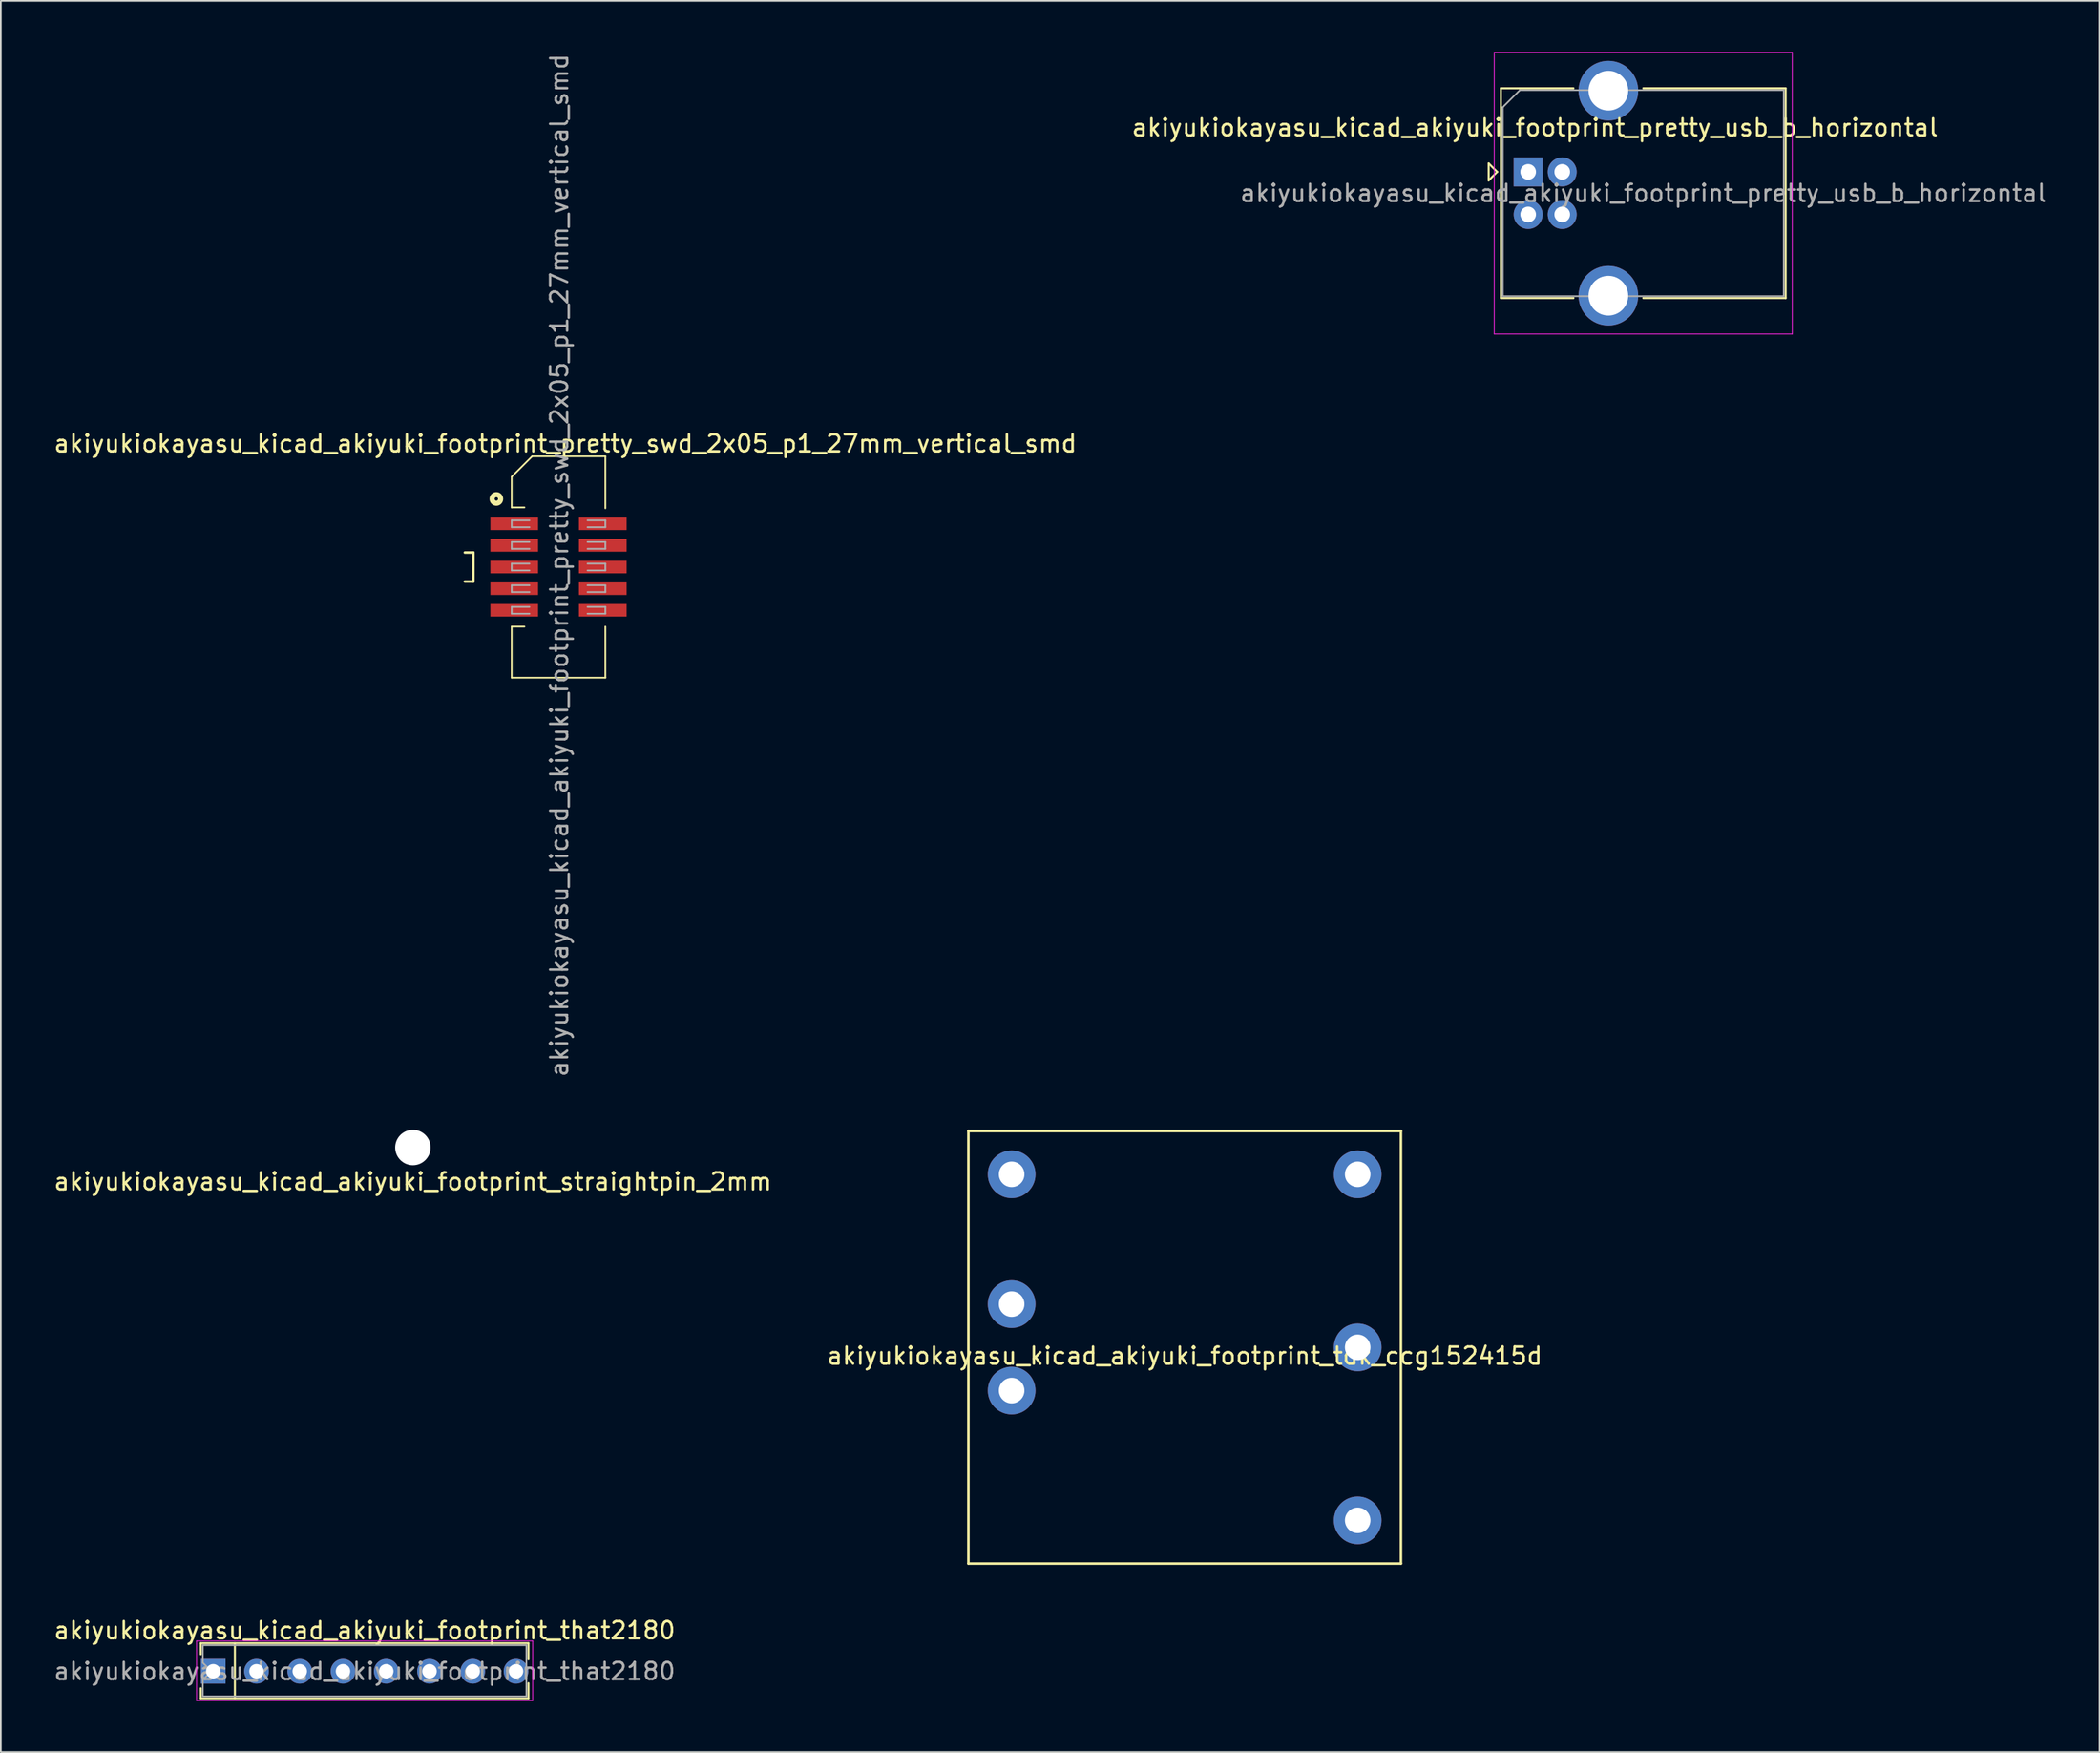
<source format=kicad_pcb>
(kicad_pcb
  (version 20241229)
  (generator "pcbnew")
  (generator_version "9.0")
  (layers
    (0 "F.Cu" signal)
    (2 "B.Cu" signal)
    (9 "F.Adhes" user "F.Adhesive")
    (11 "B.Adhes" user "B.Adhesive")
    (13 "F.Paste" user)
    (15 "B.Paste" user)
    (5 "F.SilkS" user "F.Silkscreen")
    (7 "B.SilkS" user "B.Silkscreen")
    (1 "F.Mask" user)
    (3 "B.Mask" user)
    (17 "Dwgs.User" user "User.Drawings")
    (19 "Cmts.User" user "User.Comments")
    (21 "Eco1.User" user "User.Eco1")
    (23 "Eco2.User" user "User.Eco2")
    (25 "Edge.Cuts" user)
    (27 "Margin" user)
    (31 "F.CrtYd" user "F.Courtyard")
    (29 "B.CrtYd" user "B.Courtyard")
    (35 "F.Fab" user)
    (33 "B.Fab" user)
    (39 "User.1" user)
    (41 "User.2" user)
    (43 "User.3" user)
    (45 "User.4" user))
  (footprint "akiyukiokayasu_kicad_akiyuki_footprint_straightpin_2mm"
    (layer "F.Cu")
    (at 21.196 64.338)
    (property "Reference" "akiyukiokayasu_kicad_akiyuki_footprint_straightpin_2mm" (at 0 2 0) (layer "F.SilkS") (effects (font (size 1 1) (thickness 0.15))))
    (attr through_hole)
    (pad "" np_thru_hole circle (at 0 0) (size 2.08 2.08) (drill 2.08) (layers "*.Cu" "*.Paste" "*.Mask")))
  (footprint "akiyukiokayasu_kicad_akiyuki_footprint_pretty_usb_b_horizontal"
    (layer "F.Cu")
    (at 86.689 7.045)
    (property "Reference" "akiyukiokayasu_kicad_akiyuki_footprint_pretty_usb_b_horizontal" (at 0.4 -2.6 0) (layer "F.SilkS") (effects (font (size 1 1) (thickness 0.15))))
    (attr through_hole)
    (fp_line (start -2.32 -0.5) (end -2.32 0.5) (stroke (width 0.12) (type solid)) (layer "F.SilkS"))
    (fp_line (start -2.32 0.5) (end -1.82 0) (stroke (width 0.12) (type solid)) (layer "F.SilkS"))
    (fp_line (start -1.82 0) (end -2.32 -0.5) (stroke (width 0.12) (type solid)) (layer "F.SilkS"))
    (fp_line (start -1.6 -4.91) (end -1.6 7.41) (stroke (width 0.12) (type solid)) (layer "F.SilkS"))
    (fp_line (start -1.6 7.41) (end 2.66 7.41) (stroke (width 0.12) (type solid)) (layer "F.SilkS"))
    (fp_line (start 2.66 -4.91) (end -1.6 -4.91) (stroke (width 0.12) (type solid)) (layer "F.SilkS"))
    (fp_line (start 6.76 -4.91) (end 15.12 -4.91) (stroke (width 0.12) (type solid)) (layer "F.SilkS"))
    (fp_line (start 15.12 -4.91) (end 15.12 7.41) (stroke (width 0.12) (type solid)) (layer "F.SilkS"))
    (fp_line (start 15.12 7.41) (end 6.76 7.41) (stroke (width 0.12) (type solid)) (layer "F.SilkS"))
    (fp_line (start -1.99 -7.02) (end -1.99 9.52) (stroke (width 0.05) (type solid)) (layer "F.CrtYd"))
    (fp_line (start -1.99 9.52) (end 15.51 9.52) (stroke (width 0.05) (type solid)) (layer "F.CrtYd"))
    (fp_line (start 15.51 -7.02) (end -1.99 -7.02) (stroke (width 0.05) (type solid)) (layer "F.CrtYd"))
    (fp_line (start 15.51 9.52) (end 15.51 -7.02) (stroke (width 0.05) (type solid)) (layer "F.CrtYd"))
    (fp_line (start -1.49 -3.8) (end -0.49 -4.8) (stroke (width 0.1) (type solid)) (layer "F.Fab"))
    (fp_line (start -1.49 7.3) (end -1.49 -3.8) (stroke (width 0.1) (type solid)) (layer "F.Fab"))
    (fp_line (start -0.49 -4.8) (end 15.01 -4.8) (stroke (width 0.1) (type solid)) (layer "F.Fab"))
    (fp_line (start 15.01 -4.8) (end 15.01 7.3) (stroke (width 0.1) (type solid)) (layer "F.Fab"))
    (fp_line (start 15.01 7.3) (end -1.49 7.3) (stroke (width 0.1) (type solid)) (layer "F.Fab"))
    (fp_text user "${REFERENCE}" (at 6.76 1.25 0) (layer "F.Fab") (effects (font (size 1 1) (thickness 0.15))))
    (pad "1" thru_hole rect (at 0 0) (size 1.7 1.7) (drill 0.92) (layers "*.Cu" "*.Mask"))
    (pad "2" thru_hole circle (at 0 2.5) (size 1.7 1.7) (drill 0.92) (layers "*.Cu" "*.Mask"))
    (pad "3" thru_hole circle (at 2 2.5) (size 1.7 1.7) (drill 0.92) (layers "*.Cu" "*.Mask"))
    (pad "4" thru_hole circle (at 2 0) (size 1.7 1.7) (drill 0.92) (layers "*.Cu" "*.Mask"))
    (pad "5" thru_hole circle (at 4.71 -4.77) (size 3.5 3.5) (drill 2.33) (layers "*.Cu" "*.Mask"))
    (pad "5" thru_hole circle (at 4.71 7.27) (size 3.5 3.5) (drill 2.33) (layers "*.Cu" "*.Mask")))
  (footprint "akiyukiokayasu_kicad_akiyuki_footprint_tdk_ccg152415d"
    (layer "F.Cu")
    (at 66.518 76.073)
    (property "Reference" "akiyukiokayasu_kicad_akiyuki_footprint_tdk_ccg152415d" (at 0 0.5 0) (layer "F.SilkS") (effects (font (size 1 1) (thickness 0.15))))
    (attr through_hole)
    (fp_line (start -12.7 -12.7) (end -12.7 12.7) (stroke (width 0.15) (type solid)) (layer "F.SilkS"))
    (fp_line (start -12.7 12.7) (end 12.7 12.7) (stroke (width 0.15) (type solid)) (layer "F.SilkS"))
    (fp_line (start 12.7 -12.7) (end -12.7 -12.7) (stroke (width 0.15) (type solid)) (layer "F.SilkS"))
    (fp_line (start 12.7 12.7) (end 12.7 -12.7) (stroke (width 0.15) (type solid)) (layer "F.SilkS"))
    (pad "1" thru_hole circle (at -10.16 2.54) (size 2.8 2.8) (drill 1.5) (layers "*.Cu" "*.Mask"))
    (pad "2" thru_hole circle (at -10.16 -2.54) (size 2.8 2.8) (drill 1.5) (layers "*.Cu" "*.Mask"))
    (pad "3" thru_hole circle (at -10.16 -10.16) (size 2.8 2.8) (drill 1.5) (layers "*.Cu" "*.Mask"))
    (pad "4" thru_hole circle (at 10.16 10.16) (size 2.8 2.8) (drill 1.5) (layers "*.Cu" "*.Mask"))
    (pad "5" thru_hole circle (at 10.16 0) (size 2.8 2.8) (drill 1.5) (layers "*.Cu" "*.Mask"))
    (pad "6" thru_hole circle (at 10.16 -10.16) (size 2.8 2.8) (drill 1.5) (layers "*.Cu" "*.Mask")))
  (footprint "akiyukiokayasu_kicad_akiyuki_footprint_pretty_swd_2x05_p1_27mm_vertical_smd"
    (layer "F.Cu")
    (at 29.749 30.249)
    (property "Reference" "akiyukiokayasu_kicad_akiyuki_footprint_pretty_swd_2x05_p1_27mm_vertical_smd" (at 0.4 -7.25 0) (layer "F.SilkS") (effects (font (size 1 1) (thickness 0.15))))
    (attr smd)
    (fp_line (start -5.5 -0.85) (end -5 -0.85) (stroke (width 0.15) (type solid)) (layer "F.SilkS"))
    (fp_line (start -5 -0.85) (end -5 0.85) (stroke (width 0.15) (type solid)) (layer "F.SilkS"))
    (fp_line (start -5 0.85) (end -5.5 0.85) (stroke (width 0.15) (type solid)) (layer "F.SilkS"))
    (fp_line (start -2.75 -5.3) (end -2.75 -3.5) (stroke (width 0.1) (type solid)) (layer "F.SilkS"))
    (fp_line (start -2.75 -5.3) (end -1.55 -6.5) (stroke (width 0.1) (type solid)) (layer "F.SilkS"))
    (fp_line (start -2.75 -3.5) (end -2 -3.5) (stroke (width 0.1) (type solid)) (layer "F.SilkS"))
    (fp_line (start -2.75 3.5) (end -2.75 6.5) (stroke (width 0.1) (type solid)) (layer "F.SilkS"))
    (fp_line (start -2.75 3.5) (end -2 3.5) (stroke (width 0.1) (type solid)) (layer "F.SilkS"))
    (fp_line (start -1.55 -6.5) (end 2.75 -6.5) (stroke (width 0.1) (type solid)) (layer "F.SilkS"))
    (fp_line (start 2.75 -6.5) (end 2.75 -3.45) (stroke (width 0.1) (type solid)) (layer "F.SilkS"))
    (fp_line (start 2.75 3.5) (end 2.75 6.5) (stroke (width 0.1) (type solid)) (layer "F.SilkS"))
    (fp_line (start 2.75 6.5) (end -2.75 6.5) (stroke (width 0.1) (type solid)) (layer "F.SilkS"))
    (fp_circle (center -3.65 -4) (end -3.55 -4) (stroke (width 0.3) (type solid)) (fill no) (layer "F.SilkS"))
    (fp_line (start -2.75 -2.74) (end -2.75 -2.34) (stroke (width 0.1) (type solid)) (layer "F.Fab"))
    (fp_line (start -2.75 -2.34) (end -1.705 -2.34) (stroke (width 0.1) (type solid)) (layer "F.Fab"))
    (fp_line (start -2.75 -1.47) (end -2.75 -1.07) (stroke (width 0.1) (type solid)) (layer "F.Fab"))
    (fp_line (start -2.75 -1.07) (end -1.705 -1.07) (stroke (width 0.1) (type solid)) (layer "F.Fab"))
    (fp_line (start -2.75 -0.2) (end -2.75 0.2) (stroke (width 0.1) (type solid)) (layer "F.Fab"))
    (fp_line (start -2.75 0.2) (end -1.705 0.2) (stroke (width 0.1) (type solid)) (layer "F.Fab"))
    (fp_line (start -2.75 1.07) (end -2.75 1.47) (stroke (width 0.1) (type solid)) (layer "F.Fab"))
    (fp_line (start -2.75 1.47) (end -1.705 1.47) (stroke (width 0.1) (type solid)) (layer "F.Fab"))
    (fp_line (start -2.75 2.34) (end -2.75 2.74) (stroke (width 0.1) (type solid)) (layer "F.Fab"))
    (fp_line (start -2.75 2.74) (end -1.705 2.74) (stroke (width 0.1) (type solid)) (layer "F.Fab"))
    (fp_line (start -1.705 -2.74) (end -2.75 -2.74) (stroke (width 0.1) (type solid)) (layer "F.Fab"))
    (fp_line (start -1.705 -1.47) (end -2.75 -1.47) (stroke (width 0.1) (type solid)) (layer "F.Fab"))
    (fp_line (start -1.705 -0.2) (end -2.75 -0.2) (stroke (width 0.1) (type solid)) (layer "F.Fab"))
    (fp_line (start -1.705 1.07) (end -2.75 1.07) (stroke (width 0.1) (type solid)) (layer "F.Fab"))
    (fp_line (start -1.705 2.34) (end -2.75 2.34) (stroke (width 0.1) (type solid)) (layer "F.Fab"))
    (fp_line (start 1.705 -2.74) (end 2.75 -2.74) (stroke (width 0.1) (type solid)) (layer "F.Fab"))
    (fp_line (start 1.705 -1.47) (end 2.75 -1.47) (stroke (width 0.1) (type solid)) (layer "F.Fab"))
    (fp_line (start 1.705 -0.2) (end 2.75 -0.2) (stroke (width 0.1) (type solid)) (layer "F.Fab"))
    (fp_line (start 1.705 1.07) (end 2.75 1.07) (stroke (width 0.1) (type solid)) (layer "F.Fab"))
    (fp_line (start 1.705 2.34) (end 2.75 2.34) (stroke (width 0.1) (type solid)) (layer "F.Fab"))
    (fp_line (start 2.75 -2.74) (end 2.75 -2.34) (stroke (width 0.1) (type solid)) (layer "F.Fab"))
    (fp_line (start 2.75 -2.34) (end 1.705 -2.34) (stroke (width 0.1) (type solid)) (layer "F.Fab"))
    (fp_line (start 2.75 -1.47) (end 2.75 -1.07) (stroke (width 0.1) (type solid)) (layer "F.Fab"))
    (fp_line (start 2.75 -1.07) (end 1.705 -1.07) (stroke (width 0.1) (type solid)) (layer "F.Fab"))
    (fp_line (start 2.75 -0.2) (end 2.75 0.2) (stroke (width 0.1) (type solid)) (layer "F.Fab"))
    (fp_line (start 2.75 0.2) (end 1.705 0.2) (stroke (width 0.1) (type solid)) (layer "F.Fab"))
    (fp_line (start 2.75 1.07) (end 2.75 1.47) (stroke (width 0.1) (type solid)) (layer "F.Fab"))
    (fp_line (start 2.75 1.47) (end 1.705 1.47) (stroke (width 0.1) (type solid)) (layer "F.Fab"))
    (fp_line (start 2.75 2.34) (end 2.75 2.74) (stroke (width 0.1) (type solid)) (layer "F.Fab"))
    (fp_line (start 2.75 2.74) (end 1.705 2.74) (stroke (width 0.1) (type solid)) (layer "F.Fab"))
    (fp_text user "${REFERENCE}" (at 0.05 -0.1 90) (layer "F.Fab") (effects (font (size 1 1) (thickness 0.15))))
    (pad "1" smd rect (at -2.6 -2.54) (size 2.8 0.74) (layers "F.Cu" "F.Mask" "F.Paste"))
    (pad "2" smd rect (at 2.6 -2.54) (size 2.8 0.74) (layers "F.Cu" "F.Mask" "F.Paste"))
    (pad "3" smd rect (at -2.6 -1.27) (size 2.8 0.74) (layers "F.Cu" "F.Mask" "F.Paste"))
    (pad "4" smd rect (at 2.6 -1.27) (size 2.8 0.74) (layers "F.Cu" "F.Mask" "F.Paste"))
    (pad "5" smd rect (at -2.6 0) (size 2.8 0.74) (layers "F.Cu" "F.Mask" "F.Paste"))
    (pad "6" smd rect (at 2.6 0) (size 2.8 0.74) (layers "F.Cu" "F.Mask" "F.Paste"))
    (pad "7" smd rect (at -2.6 1.27) (size 2.8 0.74) (layers "F.Cu" "F.Mask" "F.Paste"))
    (pad "8" smd rect (at 2.6 1.27) (size 2.8 0.74) (layers "F.Cu" "F.Mask" "F.Paste"))
    (pad "9" smd rect (at -2.6 2.54) (size 2.8 0.74) (layers "F.Cu" "F.Mask" "F.Paste"))
    (pad "10" smd rect (at 2.6 2.54) (size 2.8 0.74) (layers "F.Cu" "F.Mask" "F.Paste")))
  (footprint "akiyukiokayasu_kicad_akiyuki_footprint_that2180"
    (layer "F.Cu")
    (at 9.473 95.096)
    (property "Reference" "akiyukiokayasu_kicad_akiyuki_footprint_that2180" (at 8.89 -2.4 0) (layer "F.SilkS") (effects (font (size 1 1) (thickness 0.15))))
    (attr through_hole)
    (fp_line (start -0.73 -1.65) (end -0.73 -1) (stroke (width 0.12) (type solid)) (layer "F.SilkS"))
    (fp_line (start -0.73 1.59) (end -0.73 1) (stroke (width 0.12) (type solid)) (layer "F.SilkS"))
    (fp_line (start 1.27 1.59) (end 1.27 -1.65) (stroke (width 0.12) (type solid)) (layer "F.SilkS"))
    (fp_line (start 18.51 -1.65) (end -0.73 -1.65) (stroke (width 0.12) (type solid)) (layer "F.SilkS"))
    (fp_line (start 18.51 -1.65) (end 18.51 -0.7) (stroke (width 0.12) (type solid)) (layer "F.SilkS"))
    (fp_line (start 18.51 1.59) (end -0.73 1.59) (stroke (width 0.12) (type solid)) (layer "F.SilkS"))
    (fp_line (start 18.51 1.59) (end 18.51 0.7) (stroke (width 0.12) (type solid)) (layer "F.SilkS"))
    (fp_line (start -0.98 -1.78) (end 18.76 -1.78) (stroke (width 0.05) (type solid)) (layer "F.CrtYd"))
    (fp_line (start -0.98 1.72) (end -0.98 -1.78) (stroke (width 0.05) (type solid)) (layer "F.CrtYd"))
    (fp_line (start 18.76 -1.78) (end 18.76 1.72) (stroke (width 0.05) (type solid)) (layer "F.CrtYd"))
    (fp_line (start 18.76 1.72) (end -0.98 1.72) (stroke (width 0.05) (type solid)) (layer "F.CrtYd"))
    (fp_line (start -0.61 -1.53) (end -0.61 -0.5) (stroke (width 0.1) (type solid)) (layer "F.Fab"))
    (fp_line (start -0.61 -0.5) (end -0.11 0) (stroke (width 0.1) (type solid)) (layer "F.Fab"))
    (fp_line (start -0.61 0.5) (end -0.61 1.47) (stroke (width 0.1) (type solid)) (layer "F.Fab"))
    (fp_line (start -0.11 0) (end -0.61 0.5) (stroke (width 0.1) (type solid)) (layer "F.Fab"))
    (fp_line (start 18.39 -1.53) (end -0.61 -1.53) (stroke (width 0.1) (type solid)) (layer "F.Fab"))
    (fp_line (start 18.39 -1.53) (end 18.39 1.47) (stroke (width 0.1) (type solid)) (layer "F.Fab"))
    (fp_line (start 18.39 1.47) (end -0.61 1.47) (stroke (width 0.1) (type solid)) (layer "F.Fab"))
    (fp_text user "${REFERENCE}" (at 8.89 0 0) (layer "F.Fab") (effects (font (size 1 1) (thickness 0.15))))
    (pad "1" thru_hole rect (at 0 0 90) (size 1.45 1.45) (drill 0.85) (layers "*.Cu" "*.Mask"))
    (pad "2" thru_hole circle (at 2.54 0 90) (size 1.45 1.45) (drill 0.85) (layers "*.Cu" "*.Mask"))
    (pad "3" thru_hole circle (at 5.08 0 90) (size 1.45 1.45) (drill 0.85) (layers "*.Cu" "*.Mask"))
    (pad "4" thru_hole circle (at 7.62 0 90) (size 1.45 1.45) (drill 0.85) (layers "*.Cu" "*.Mask"))
    (pad "5" thru_hole circle (at 10.16 0 90) (size 1.45 1.45) (drill 0.85) (layers "*.Cu" "*.Mask"))
    (pad "6" thru_hole circle (at 12.7 0 90) (size 1.45 1.45) (drill 0.85) (layers "*.Cu" "*.Mask"))
    (pad "7" thru_hole circle (at 15.24 0 90) (size 1.45 1.45) (drill 0.85) (layers "*.Cu" "*.Mask"))
    (pad "8" thru_hole circle (at 17.78 0 90) (size 1.45 1.45) (drill 0.85) (layers "*.Cu" "*.Mask")))
  (gr_rect
    (start -3 -3)
    (end 120.241 99.841)
    (stroke (width 0.1) (type default))
    (fill no)
    (layer "Edge.Cuts")))
</source>
